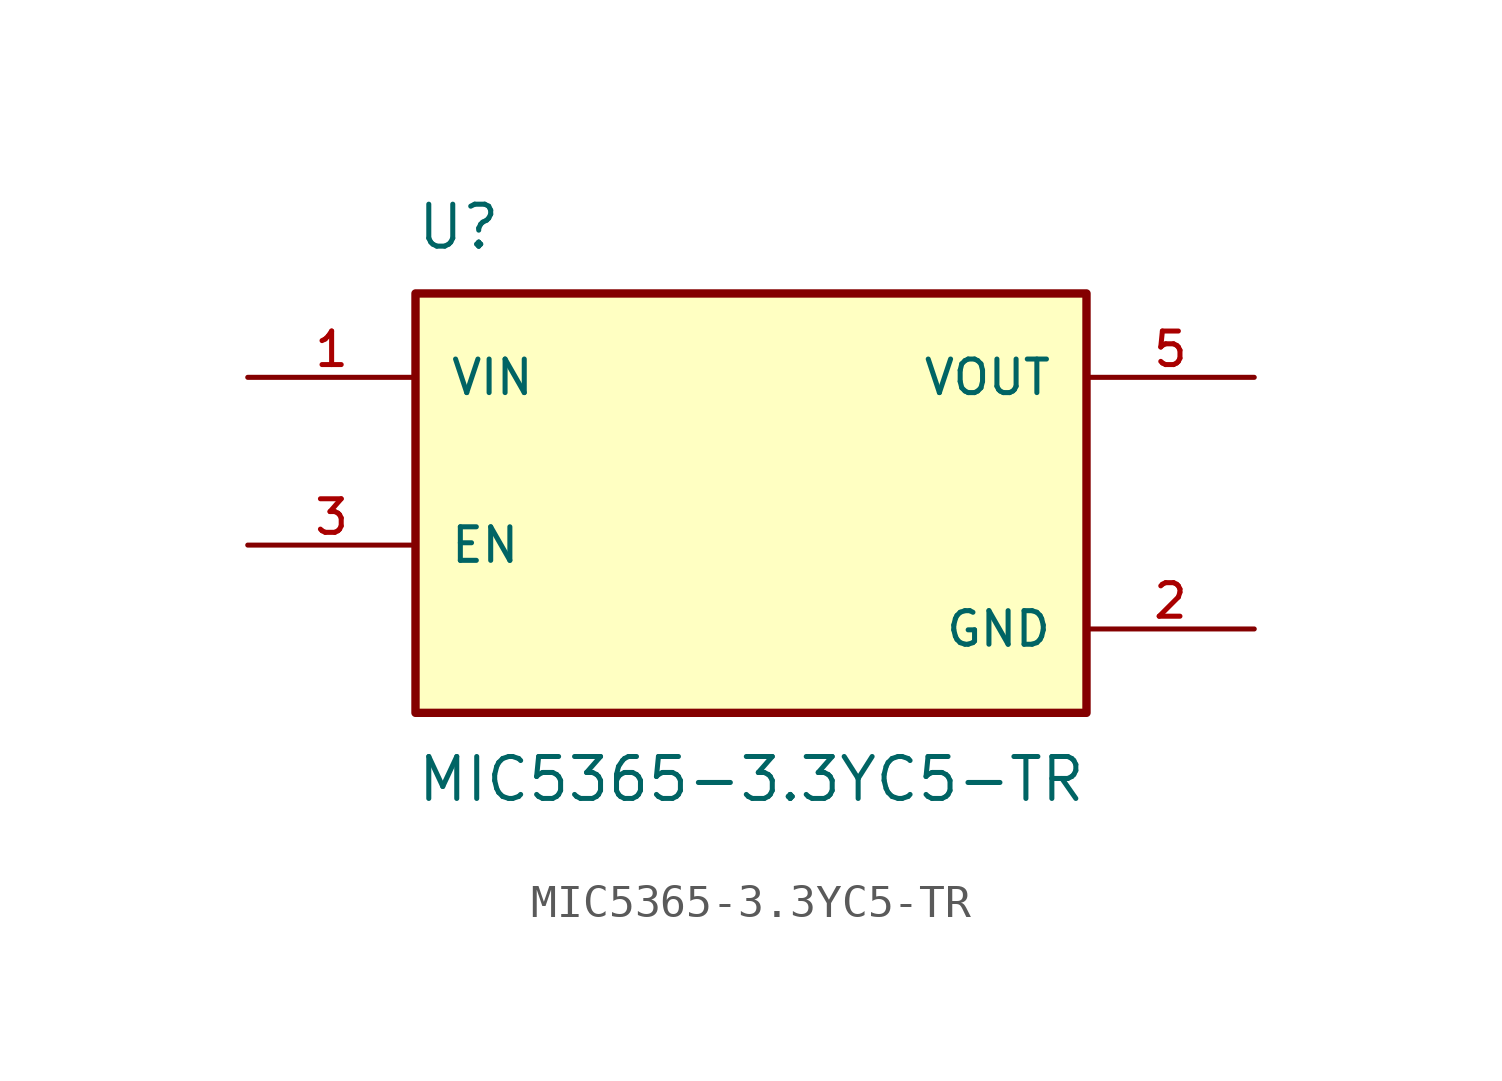
<source format=kicad_sym>
(kicad_symbol_lib
  (version 20211014)
  (generator kicad_symbol_editor)
  (symbol "MIC5365-3.3YC5-TR"
    (pin_names
      (offset 1.016))
    (property "Reference" "U"
      (at -10.16 6.35 0)
      (effects (font (size 1.27 1.27)) (justify bottom left)))
    (property "Value" "MIC5365-3.3YC5-TR"
      (at -10.16 -8.89 0)
      (effects (font (size 1.27 1.27)) (justify top left)))
    (symbol "MIC5365-3.3YC5-TR_0_0"
      (rectangle (start -10.16 -7.62) (end 10.16 5.08) (stroke (width 0.254)) (fill (type background)))
      (pin input line (at -15.24 2.54 0) (length 5.08) (name "VIN" (effects (font (size 1.016 1.016)))) (number "1" (effects (font (size 1.016 1.016)))))
      (pin power_in line (at 15.24 -5.08 180.0) (length 5.08) (name "GND" (effects (font (size 1.016 1.016)))) (number "2" (effects (font (size 1.016 1.016)))))
      (pin input line (at -15.24 -2.54 0) (length 5.08) (name "EN" (effects (font (size 1.016 1.016)))) (number "3" (effects (font (size 1.016 1.016)))))
      (pin output line (at 15.24 2.54 180.0) (length 5.08) (name "VOUT" (effects (font (size 1.016 1.016)))) (number "5" (effects (font (size 1.016 1.016))))))))
</source>
